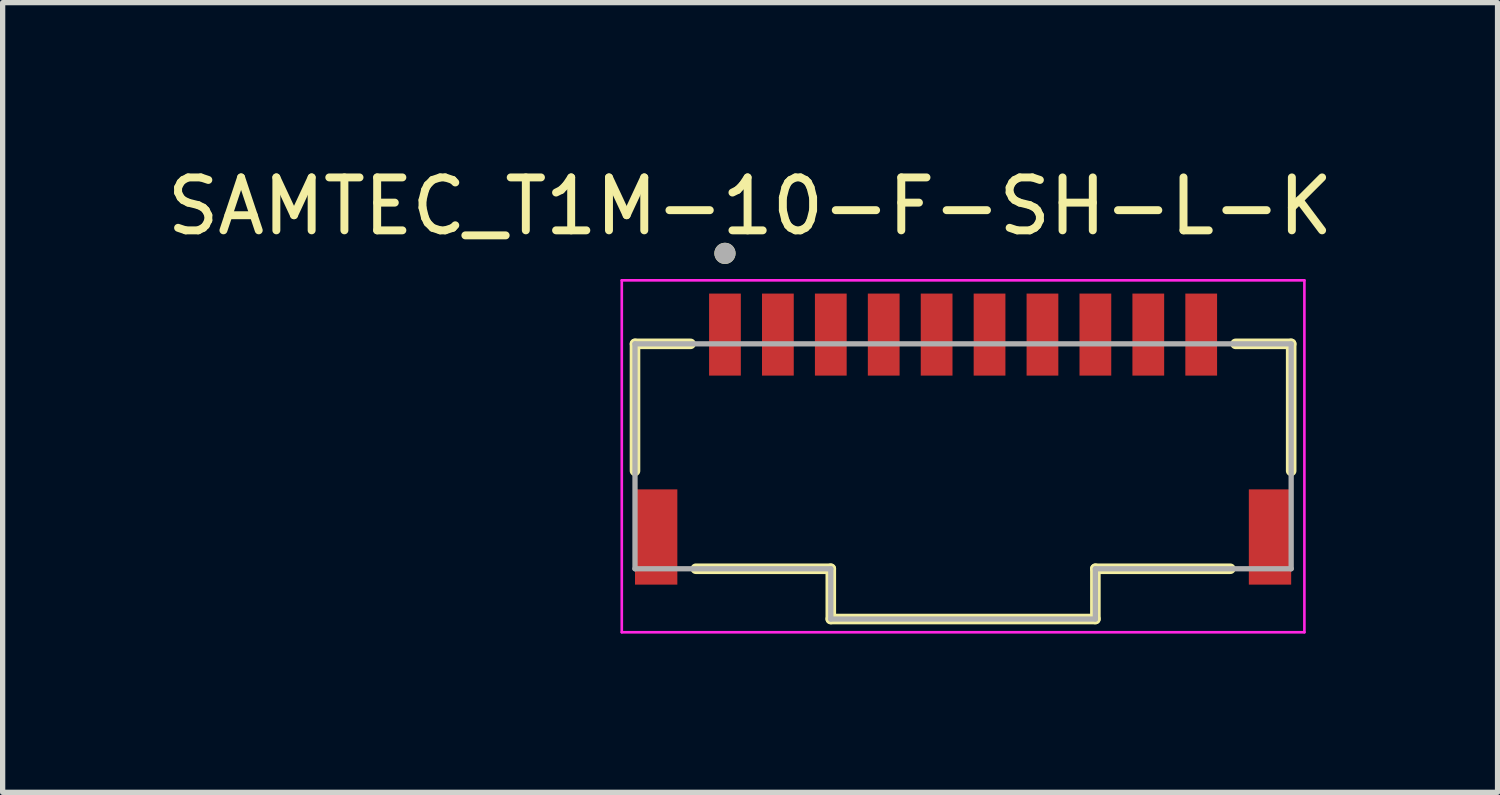
<source format=kicad_pcb>
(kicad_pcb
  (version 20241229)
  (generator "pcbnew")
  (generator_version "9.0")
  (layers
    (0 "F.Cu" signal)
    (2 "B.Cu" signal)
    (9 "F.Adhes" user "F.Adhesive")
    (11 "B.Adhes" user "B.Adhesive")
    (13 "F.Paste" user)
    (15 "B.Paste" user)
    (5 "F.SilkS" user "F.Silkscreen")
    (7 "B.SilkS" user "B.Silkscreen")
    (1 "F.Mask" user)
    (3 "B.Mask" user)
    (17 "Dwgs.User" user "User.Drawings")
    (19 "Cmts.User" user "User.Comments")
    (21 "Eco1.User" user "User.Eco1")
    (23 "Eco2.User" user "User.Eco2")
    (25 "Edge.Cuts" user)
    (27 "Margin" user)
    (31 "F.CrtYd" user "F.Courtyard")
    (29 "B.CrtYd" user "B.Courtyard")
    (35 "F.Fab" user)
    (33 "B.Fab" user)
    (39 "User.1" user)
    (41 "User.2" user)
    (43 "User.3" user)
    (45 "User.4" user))
  (footprint "SAMTEC_T1M-10-F-SH-L-K"
    (layer "F.Cu")
    (at 15.15 3.273)
    (property "Reference" "SAMTEC_T1M-10-F-SH-L-K" (at -4.025 -2.425 0) (layer "F.SilkS") (effects (font (size 1 1) (thickness 0.15))))
    (attr smd)
    (fp_line (start -6.2 0.175) (end -6.2 2.575) (stroke (width 0.2) (type solid)) (layer "F.SilkS"))
    (fp_line (start -6.2 0.175) (end -5.15 0.175) (stroke (width 0.2) (type solid)) (layer "F.SilkS"))
    (fp_line (start -5.05 4.425) (end -2.5 4.425) (stroke (width 0.2) (type solid)) (layer "F.SilkS"))
    (fp_line (start -2.5 4.425) (end -2.5 5.375) (stroke (width 0.2) (type solid)) (layer "F.SilkS"))
    (fp_line (start -2.5 5.375) (end 2.5 5.375) (stroke (width 0.2) (type solid)) (layer "F.SilkS"))
    (fp_line (start 2.5 4.425) (end 2.5 5.375) (stroke (width 0.2) (type solid)) (layer "F.SilkS"))
    (fp_line (start 5.05 4.425) (end 2.5 4.425) (stroke (width 0.2) (type solid)) (layer "F.SilkS"))
    (fp_line (start 6.2 0.175) (end 5.15 0.175) (stroke (width 0.2) (type solid)) (layer "F.SilkS"))
    (fp_line (start 6.2 0.175) (end 6.2 2.575) (stroke (width 0.2) (type solid)) (layer "F.SilkS"))
    (fp_circle (center -4.5 -1.535) (end -4.4 -1.535) (stroke (width 0.2) (type solid)) (fill no) (layer "F.SilkS"))
    (fp_line (start -6.45 -1.025) (end 6.45 -1.025) (stroke (width 0.05) (type solid)) (layer "F.CrtYd"))
    (fp_line (start -6.45 5.625) (end -6.45 -1.025) (stroke (width 0.05) (type solid)) (layer "F.CrtYd"))
    (fp_line (start 6.45 -1.025) (end 6.45 5.625) (stroke (width 0.05) (type solid)) (layer "F.CrtYd"))
    (fp_line (start 6.45 5.625) (end -6.45 5.625) (stroke (width 0.05) (type solid)) (layer "F.CrtYd"))
    (fp_line (start -6.2 0.175) (end -6.2 4.425) (stroke (width 0.1) (type solid)) (layer "F.Fab"))
    (fp_line (start -6.2 0.175) (end 6.2 0.175) (stroke (width 0.1) (type solid)) (layer "F.Fab"))
    (fp_line (start -6.2 4.425) (end -2.5 4.425) (stroke (width 0.1) (type solid)) (layer "F.Fab"))
    (fp_line (start -2.5 4.425) (end -2.5 5.375) (stroke (width 0.1) (type solid)) (layer "F.Fab"))
    (fp_line (start -2.5 5.375) (end 2.5 5.375) (stroke (width 0.1) (type solid)) (layer "F.Fab"))
    (fp_line (start 2.5 4.425) (end 2.5 5.375) (stroke (width 0.1) (type solid)) (layer "F.Fab"))
    (fp_line (start 6.2 0.175) (end 6.2 4.425) (stroke (width 0.1) (type solid)) (layer "F.Fab"))
    (fp_line (start 6.2 4.425) (end 2.5 4.425) (stroke (width 0.1) (type solid)) (layer "F.Fab"))
    (fp_circle (center -4.5 -1.535) (end -4.4 -1.535) (stroke (width 0.2) (type solid)) (fill no) (layer "F.Fab"))
    (pad "01" smd rect (at -4.5 0) (size 0.6 1.55) (layers "F.Cu" "F.Mask" "F.Paste"))
    (pad "02" smd rect (at -3.5 0) (size 0.6 1.55) (layers "F.Cu" "F.Mask" "F.Paste"))
    (pad "03" smd rect (at -2.5 0) (size 0.6 1.55) (layers "F.Cu" "F.Mask" "F.Paste"))
    (pad "04" smd rect (at -1.5 0) (size 0.6 1.55) (layers "F.Cu" "F.Mask" "F.Paste"))
    (pad "05" smd rect (at -0.5 0) (size 0.6 1.55) (layers "F.Cu" "F.Mask" "F.Paste"))
    (pad "06" smd rect (at 0.5 0) (size 0.6 1.55) (layers "F.Cu" "F.Mask" "F.Paste"))
    (pad "07" smd rect (at 1.5 0) (size 0.6 1.55) (layers "F.Cu" "F.Mask" "F.Paste"))
    (pad "08" smd rect (at 2.5 0) (size 0.6 1.55) (layers "F.Cu" "F.Mask" "F.Paste"))
    (pad "09" smd rect (at 3.5 0) (size 0.6 1.55) (layers "F.Cu" "F.Mask" "F.Paste"))
    (pad "10" smd rect (at 4.5 0) (size 0.6 1.55) (layers "F.Cu" "F.Mask" "F.Paste"))
    (pad "S1" smd rect (at -5.8 3.825) (size 0.8 1.8) (layers "F.Cu" "F.Mask" "F.Paste"))
    (pad "S2" smd rect (at 5.8 3.825) (size 0.8 1.8) (layers "F.Cu" "F.Mask" "F.Paste")))
  (gr_rect
    (start -3 -3)
    (end 25.25 11.923)
    (stroke (width 0.1) (type default))
    (fill no)
    (layer "Edge.Cuts")))
</source>
